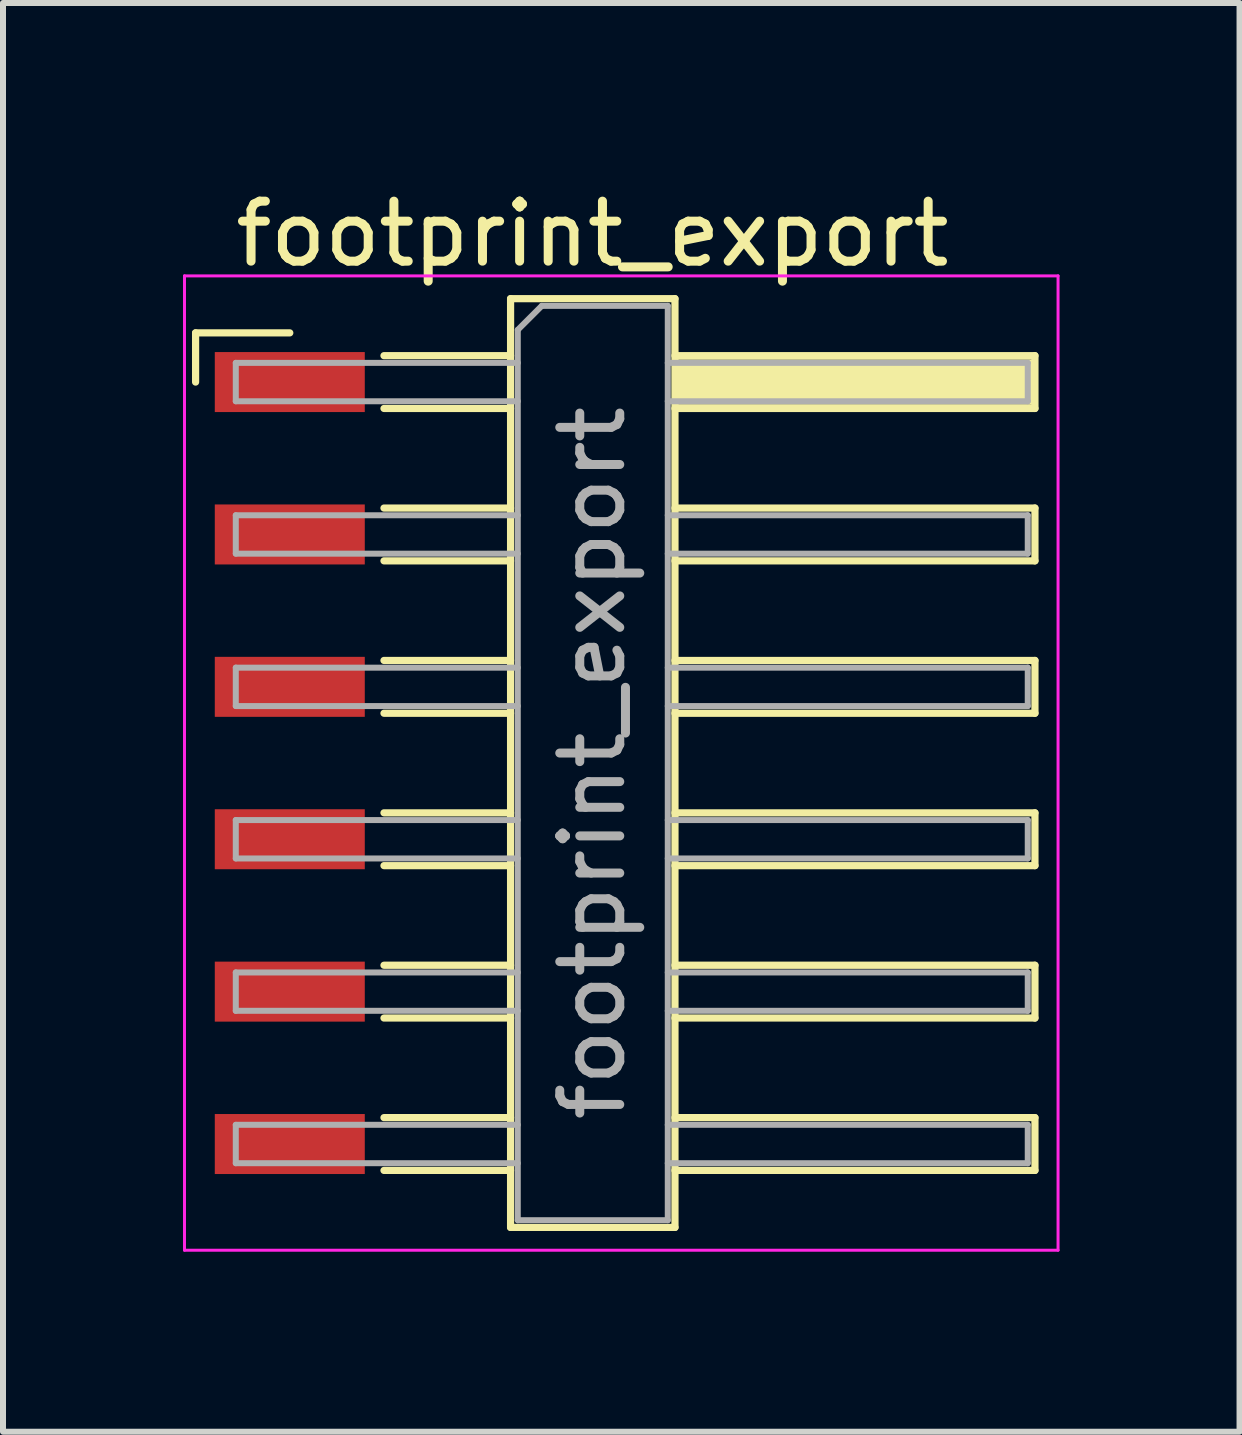
<source format=kicad_pcb>
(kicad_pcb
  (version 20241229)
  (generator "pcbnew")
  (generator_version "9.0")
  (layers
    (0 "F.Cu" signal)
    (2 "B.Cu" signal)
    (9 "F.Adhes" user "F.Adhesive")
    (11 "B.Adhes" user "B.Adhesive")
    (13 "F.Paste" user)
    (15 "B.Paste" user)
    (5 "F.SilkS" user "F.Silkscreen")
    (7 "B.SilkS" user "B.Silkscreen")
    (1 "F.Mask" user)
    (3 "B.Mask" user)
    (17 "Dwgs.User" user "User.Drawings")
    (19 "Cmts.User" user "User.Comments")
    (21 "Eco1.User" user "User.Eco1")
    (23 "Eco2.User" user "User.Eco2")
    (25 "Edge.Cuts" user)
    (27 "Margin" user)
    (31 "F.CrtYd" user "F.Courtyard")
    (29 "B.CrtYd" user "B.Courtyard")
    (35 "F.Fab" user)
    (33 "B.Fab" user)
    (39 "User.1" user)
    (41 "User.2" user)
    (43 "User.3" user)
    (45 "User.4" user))
  (footprint "footprint_export"
    (layer "F.Cu")
    (at 7.305 9.668)
    (property "Reference" "footprint_export" (at -0.48 -8.82 0) (layer "F.SilkS") (effects (font (size 1 1) (thickness 0.15))))
    (attr smd)
    (fp_line (start -7.095 -7.17) (end -5.525 -7.17) (stroke (width 0.12) (type solid)) (layer "F.SilkS"))
    (fp_line (start -7.095 -6.35) (end -7.095 -7.17) (stroke (width 0.12) (type solid)) (layer "F.SilkS"))
    (fp_line (start -3.955 -6.79) (end -1.845 -6.79) (stroke (width 0.12) (type solid)) (layer "F.SilkS"))
    (fp_line (start -3.955 -5.91) (end -1.845 -5.91) (stroke (width 0.12) (type solid)) (layer "F.SilkS"))
    (fp_line (start -3.955 -4.25) (end -1.845 -4.25) (stroke (width 0.12) (type solid)) (layer "F.SilkS"))
    (fp_line (start -3.955 -3.37) (end -1.845 -3.37) (stroke (width 0.12) (type solid)) (layer "F.SilkS"))
    (fp_line (start -3.955 -1.71) (end -1.845 -1.71) (stroke (width 0.12) (type solid)) (layer "F.SilkS"))
    (fp_line (start -3.955 -0.83) (end -1.845 -0.83) (stroke (width 0.12) (type solid)) (layer "F.SilkS"))
    (fp_line (start -3.955 0.83) (end -1.845 0.83) (stroke (width 0.12) (type solid)) (layer "F.SilkS"))
    (fp_line (start -3.955 1.71) (end -1.845 1.71) (stroke (width 0.12) (type solid)) (layer "F.SilkS"))
    (fp_line (start -3.955 3.37) (end -1.845 3.37) (stroke (width 0.12) (type solid)) (layer "F.SilkS"))
    (fp_line (start -3.955 4.25) (end -1.845 4.25) (stroke (width 0.12) (type solid)) (layer "F.SilkS"))
    (fp_line (start -3.955 5.91) (end -1.845 5.91) (stroke (width 0.12) (type solid)) (layer "F.SilkS"))
    (fp_line (start -3.955 6.79) (end -1.845 6.79) (stroke (width 0.12) (type solid)) (layer "F.SilkS"))
    (fp_line (start -1.845 -7.74) (end 0.895 -7.74) (stroke (width 0.12) (type solid)) (layer "F.SilkS"))
    (fp_line (start -1.845 7.74) (end -1.845 -7.74) (stroke (width 0.12) (type solid)) (layer "F.SilkS"))
    (fp_line (start 0.895 -7.74) (end 0.895 7.74) (stroke (width 0.12) (type solid)) (layer "F.SilkS"))
    (fp_line (start 0.895 -6.79) (end 6.895 -6.79) (stroke (width 0.12) (type solid)) (layer "F.SilkS"))
    (fp_line (start 0.895 -4.25) (end 6.895 -4.25) (stroke (width 0.12) (type solid)) (layer "F.SilkS"))
    (fp_line (start 0.895 -1.71) (end 6.895 -1.71) (stroke (width 0.12) (type solid)) (layer "F.SilkS"))
    (fp_line (start 0.895 0.83) (end 6.895 0.83) (stroke (width 0.12) (type solid)) (layer "F.SilkS"))
    (fp_line (start 0.895 3.37) (end 6.895 3.37) (stroke (width 0.12) (type solid)) (layer "F.SilkS"))
    (fp_line (start 0.895 5.91) (end 6.895 5.91) (stroke (width 0.12) (type solid)) (layer "F.SilkS"))
    (fp_line (start 0.895 7.74) (end -1.845 7.74) (stroke (width 0.12) (type solid)) (layer "F.SilkS"))
    (fp_line (start 6.895 -6.79) (end 6.895 -5.91) (stroke (width 0.12) (type solid)) (layer "F.SilkS"))
    (fp_line (start 6.895 -5.91) (end 0.895 -5.91) (stroke (width 0.12) (type solid)) (layer "F.SilkS"))
    (fp_line (start 6.895 -4.25) (end 6.895 -3.37) (stroke (width 0.12) (type solid)) (layer "F.SilkS"))
    (fp_line (start 6.895 -3.37) (end 0.895 -3.37) (stroke (width 0.12) (type solid)) (layer "F.SilkS"))
    (fp_line (start 6.895 -1.71) (end 6.895 -0.83) (stroke (width 0.12) (type solid)) (layer "F.SilkS"))
    (fp_line (start 6.895 -0.83) (end 0.895 -0.83) (stroke (width 0.12) (type solid)) (layer "F.SilkS"))
    (fp_line (start 6.895 0.83) (end 6.895 1.71) (stroke (width 0.12) (type solid)) (layer "F.SilkS"))
    (fp_line (start 6.895 1.71) (end 0.895 1.71) (stroke (width 0.12) (type solid)) (layer "F.SilkS"))
    (fp_line (start 6.895 3.37) (end 6.895 4.25) (stroke (width 0.12) (type solid)) (layer "F.SilkS"))
    (fp_line (start 6.895 4.25) (end 0.895 4.25) (stroke (width 0.12) (type solid)) (layer "F.SilkS"))
    (fp_line (start 6.895 5.91) (end 6.895 6.79) (stroke (width 0.12) (type solid)) (layer "F.SilkS"))
    (fp_line (start 6.895 6.79) (end 0.895 6.79) (stroke (width 0.12) (type solid)) (layer "F.SilkS"))
    (fp_line (start -7.28 -8.12) (end 7.28 -8.12) (stroke (width 0.05) (type solid)) (layer "F.CrtYd"))
    (fp_line (start -7.28 8.12) (end -7.28 -8.12) (stroke (width 0.05) (type solid)) (layer "F.CrtYd"))
    (fp_line (start 7.28 -8.12) (end 7.28 8.12) (stroke (width 0.05) (type solid)) (layer "F.CrtYd"))
    (fp_line (start 7.28 8.12) (end -7.28 8.12) (stroke (width 0.05) (type solid)) (layer "F.CrtYd"))
    (fp_line (start -6.425 -6.67) (end -6.425 -6.03) (stroke (width 0.1) (type solid)) (layer "F.Fab"))
    (fp_line (start -6.425 -6.03) (end -1.725 -6.03) (stroke (width 0.1) (type solid)) (layer "F.Fab"))
    (fp_line (start -6.425 -4.13) (end -6.425 -3.49) (stroke (width 0.1) (type solid)) (layer "F.Fab"))
    (fp_line (start -6.425 -3.49) (end -1.725 -3.49) (stroke (width 0.1) (type solid)) (layer "F.Fab"))
    (fp_line (start -6.425 -1.59) (end -6.425 -0.95) (stroke (width 0.1) (type solid)) (layer "F.Fab"))
    (fp_line (start -6.425 -0.95) (end -1.725 -0.95) (stroke (width 0.1) (type solid)) (layer "F.Fab"))
    (fp_line (start -6.425 0.95) (end -6.425 1.59) (stroke (width 0.1) (type solid)) (layer "F.Fab"))
    (fp_line (start -6.425 1.59) (end -1.725 1.59) (stroke (width 0.1) (type solid)) (layer "F.Fab"))
    (fp_line (start -6.425 3.49) (end -6.425 4.13) (stroke (width 0.1) (type solid)) (layer "F.Fab"))
    (fp_line (start -6.425 4.13) (end -1.725 4.13) (stroke (width 0.1) (type solid)) (layer "F.Fab"))
    (fp_line (start -6.425 6.03) (end -6.425 6.67) (stroke (width 0.1) (type solid)) (layer "F.Fab"))
    (fp_line (start -6.425 6.67) (end -1.725 6.67) (stroke (width 0.1) (type solid)) (layer "F.Fab"))
    (fp_line (start -1.725 -7.22) (end -1.325 -7.62) (stroke (width 0.1) (type solid)) (layer "F.Fab"))
    (fp_line (start -1.725 -6.67) (end -6.425 -6.67) (stroke (width 0.1) (type solid)) (layer "F.Fab"))
    (fp_line (start -1.725 -4.13) (end -6.425 -4.13) (stroke (width 0.1) (type solid)) (layer "F.Fab"))
    (fp_line (start -1.725 -1.59) (end -6.425 -1.59) (stroke (width 0.1) (type solid)) (layer "F.Fab"))
    (fp_line (start -1.725 0.95) (end -6.425 0.95) (stroke (width 0.1) (type solid)) (layer "F.Fab"))
    (fp_line (start -1.725 3.49) (end -6.425 3.49) (stroke (width 0.1) (type solid)) (layer "F.Fab"))
    (fp_line (start -1.725 6.03) (end -6.425 6.03) (stroke (width 0.1) (type solid)) (layer "F.Fab"))
    (fp_line (start -1.725 7.62) (end -1.725 -7.22) (stroke (width 0.1) (type solid)) (layer "F.Fab"))
    (fp_line (start -1.325 -7.62) (end 0.775 -7.62) (stroke (width 0.1) (type solid)) (layer "F.Fab"))
    (fp_line (start 0.775 -7.62) (end 0.775 7.62) (stroke (width 0.1) (type solid)) (layer "F.Fab"))
    (fp_line (start 0.775 -6.67) (end 6.775 -6.67) (stroke (width 0.1) (type solid)) (layer "F.Fab"))
    (fp_line (start 0.775 -4.13) (end 6.775 -4.13) (stroke (width 0.1) (type solid)) (layer "F.Fab"))
    (fp_line (start 0.775 -1.59) (end 6.775 -1.59) (stroke (width 0.1) (type solid)) (layer "F.Fab"))
    (fp_line (start 0.775 0.95) (end 6.775 0.95) (stroke (width 0.1) (type solid)) (layer "F.Fab"))
    (fp_line (start 0.775 3.49) (end 6.775 3.49) (stroke (width 0.1) (type solid)) (layer "F.Fab"))
    (fp_line (start 0.775 6.03) (end 6.775 6.03) (stroke (width 0.1) (type solid)) (layer "F.Fab"))
    (fp_line (start 0.775 7.62) (end -1.725 7.62) (stroke (width 0.1) (type solid)) (layer "F.Fab"))
    (fp_line (start 6.775 -6.67) (end 6.775 -6.03) (stroke (width 0.1) (type solid)) (layer "F.Fab"))
    (fp_line (start 6.775 -6.03) (end 0.775 -6.03) (stroke (width 0.1) (type solid)) (layer "F.Fab"))
    (fp_line (start 6.775 -4.13) (end 6.775 -3.49) (stroke (width 0.1) (type solid)) (layer "F.Fab"))
    (fp_line (start 6.775 -3.49) (end 0.775 -3.49) (stroke (width 0.1) (type solid)) (layer "F.Fab"))
    (fp_line (start 6.775 -1.59) (end 6.775 -0.95) (stroke (width 0.1) (type solid)) (layer "F.Fab"))
    (fp_line (start 6.775 -0.95) (end 0.775 -0.95) (stroke (width 0.1) (type solid)) (layer "F.Fab"))
    (fp_line (start 6.775 0.95) (end 6.775 1.59) (stroke (width 0.1) (type solid)) (layer "F.Fab"))
    (fp_line (start 6.775 1.59) (end 0.775 1.59) (stroke (width 0.1) (type solid)) (layer "F.Fab"))
    (fp_line (start 6.775 3.49) (end 6.775 4.13) (stroke (width 0.1) (type solid)) (layer "F.Fab"))
    (fp_line (start 6.775 4.13) (end 0.775 4.13) (stroke (width 0.1) (type solid)) (layer "F.Fab"))
    (fp_line (start 6.775 6.03) (end 6.775 6.67) (stroke (width 0.1) (type solid)) (layer "F.Fab"))
    (fp_line (start 6.775 6.67) (end 0.775 6.67) (stroke (width 0.1) (type solid)) (layer "F.Fab"))
    (fp_text user "${REFERENCE}" (at -0.48 0 90) (layer "F.Fab") (effects (font (size 1 1) (thickness 0.15))))
    (pad "" smd rect (at 3.895 -6.35) (size 6 0.76) (layers "F.SilkS"))
    (pad "1" smd rect (at -5.525 -6.35) (size 2.5 1) (layers "F.Cu" "F.Mask" "F.Paste"))
    (pad "2" smd rect (at -5.525 -3.81) (size 2.5 1) (layers "F.Cu" "F.Mask" "F.Paste"))
    (pad "3" smd rect (at -5.525 -1.27) (size 2.5 1) (layers "F.Cu" "F.Mask" "F.Paste"))
    (pad "4" smd rect (at -5.525 1.27) (size 2.5 1) (layers "F.Cu" "F.Mask" "F.Paste"))
    (pad "5" smd rect (at -5.525 3.81) (size 2.5 1) (layers "F.Cu" "F.Mask" "F.Paste"))
    (pad "6" smd rect (at -5.525 6.35) (size 2.5 1) (layers "F.Cu" "F.Mask" "F.Paste")))
  (gr_rect
    (start -3 -3)
    (end 17.61 20.813)
    (stroke (width 0.1) (type default))
    (fill no)
    (layer "Edge.Cuts")))
</source>
